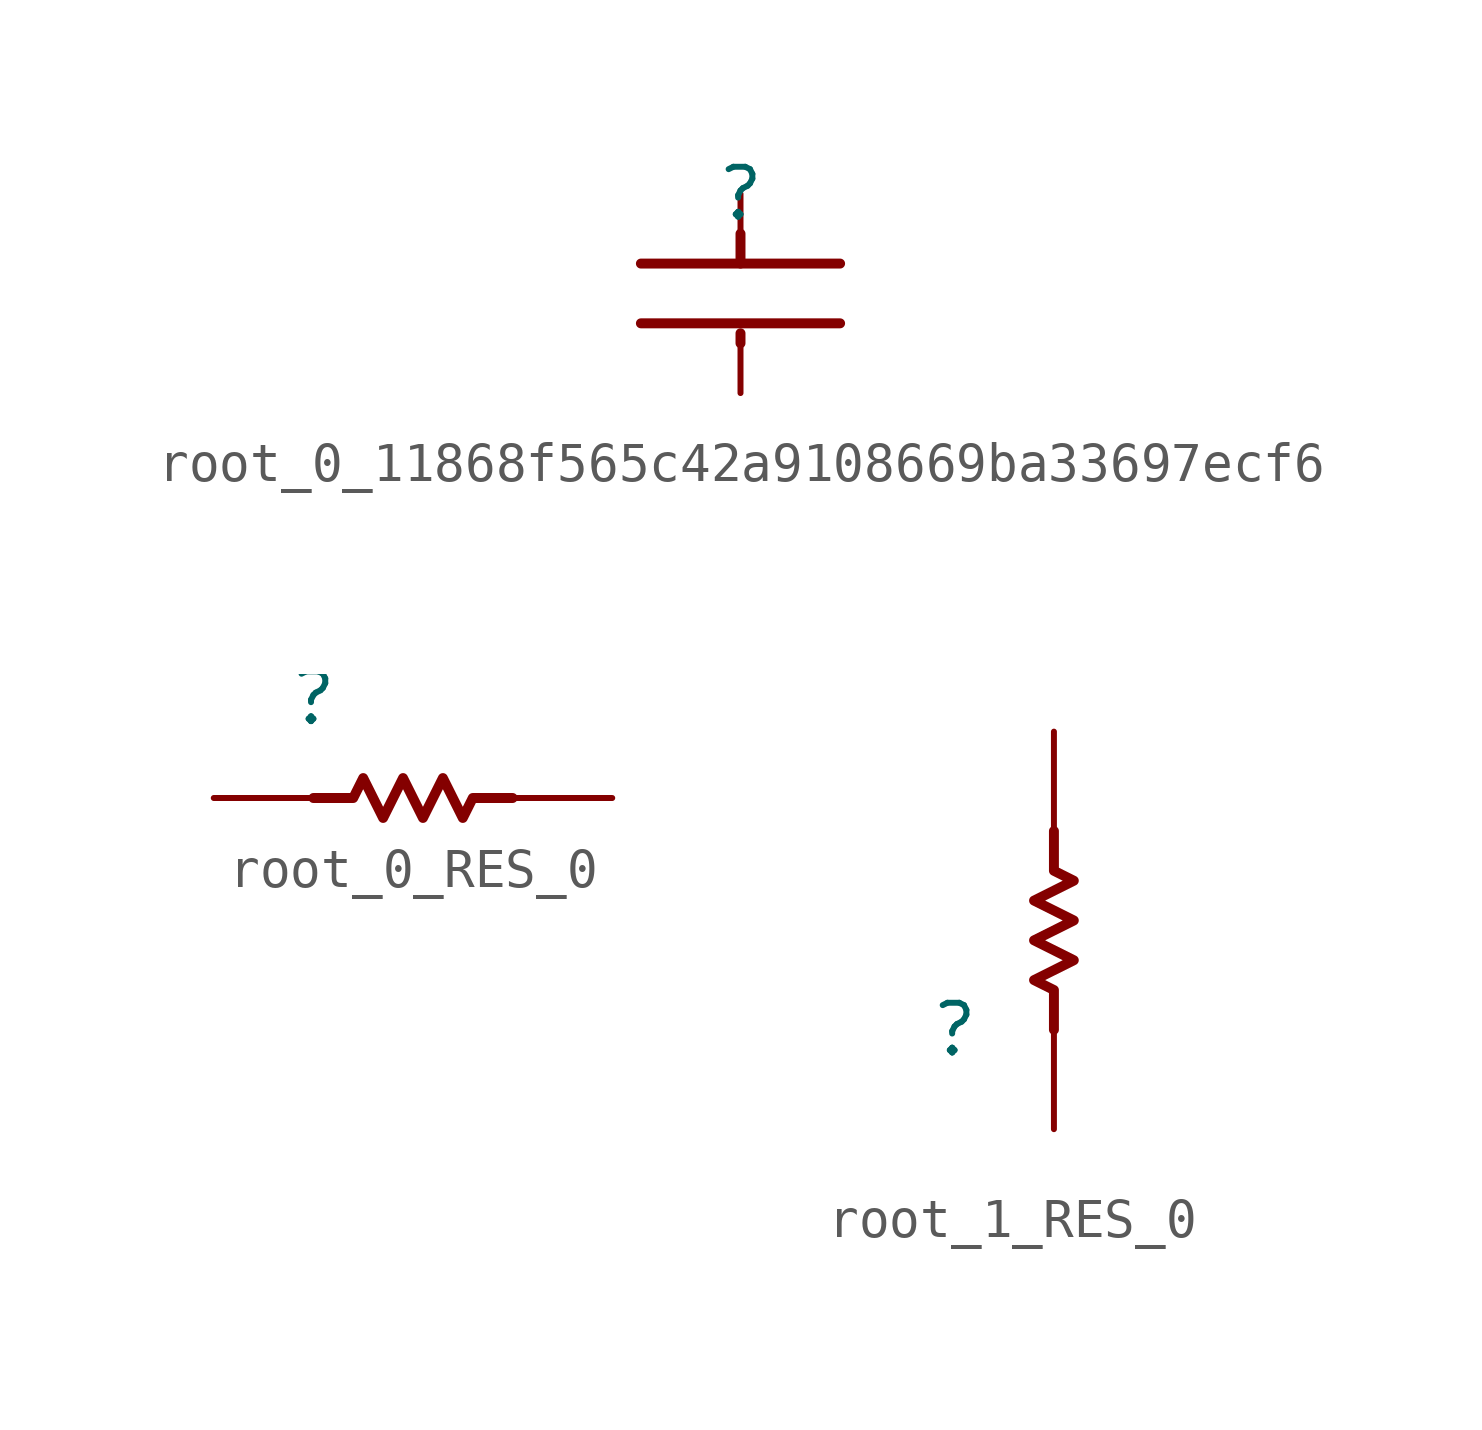
<source format=kicad_sym>
(kicad_symbol_lib
  (version 20231120)
  (generator "kicad_symbol_editor")
  (generator_version "8.0")
  (symbol "root_0_11868f565c42a9108669ba33697ecf6"
    (property "Reference" ""
      (at 0 0 0)
      (effects (font (size 1.27 1.27))))
    (property "Value" ""
      (at 0 0 0)
      (effects (font (size 1.27 1.27))))
    (symbol "root_0_11868f565c42a9108669ba33697ecf6_1_0"
      (polyline (pts (xy 0 -3.556) (xy 0 -3.81)) (stroke (width 0.254) (type solid)) (fill (type none)))
      (polyline (pts (xy 0 -1.778) (xy 0 -1.016)) (stroke (width 0.254) (type solid)) (fill (type none)))
      (polyline (pts (xy 2.54 -3.302) (xy -2.54 -3.302)) (stroke (width 0.254) (type solid)) (fill (type none)))
      (polyline (pts (xy 2.54 -1.778) (xy -2.54 -1.778)) (stroke (width 0.254) (type solid)) (fill (type none)))
      (pin passive line (at 0 0 270) (length 1.778) (name "1" (effects (font (size 0 0)))) (number "1" (effects (font (size 0 0)))))
      (pin passive line (at 0 -5.08 90) (length 1.524) (name "2" (effects (font (size 0 0)))) (number "2" (effects (font (size 0 0)))))))
  (symbol "root_0_RES_0"
    (property "Reference" ""
      (at 0 0 0)
      (effects (font (size 1.27 1.27))))
    (property "Value" ""
      (at 0 0 0)
      (effects (font (size 1.27 1.27))))
    (symbol "root_0_RES_0_1_0"
      (polyline (pts (xy 5.08 -2.54) (xy 4.064 -2.54) (xy 3.81 -3.048) (xy 3.302 -2.032) (xy 2.794 -3.048) (xy 2.286 -2.032) (xy 1.778 -3.048) (xy 1.27 -2.032) (xy 1.016 -2.54) (xy 0 -2.54)) (stroke (width 0.254) (type solid)) (fill (type none)))
      (pin passive line (at -2.54 -2.54 0) (length 2.54) (name "1" (effects (font (size 0 0)))) (number "1" (effects (font (size 0 0)))))
      (pin passive line (at 7.62 -2.54 180) (length 2.54) (name "2" (effects (font (size 0 0)))) (number "2" (effects (font (size 0 0)))))))
  (symbol "root_1_RES_0"
    (property "Reference" ""
      (at 0 0 0)
      (effects (font (size 1.27 1.27))))
    (property "Value" ""
      (at 0 0 0)
      (effects (font (size 1.27 1.27))))
    (symbol "root_1_RES_0_1_0"
      (polyline (pts (xy 2.54 5.08) (xy 2.54 4.064) (xy 3.048 3.81) (xy 2.032 3.302) (xy 3.048 2.794) (xy 2.032 2.286) (xy 3.048 1.778) (xy 2.032 1.27) (xy 2.54 1.016) (xy 2.54 0)) (stroke (width 0.254) (type solid)) (fill (type none)))
      (pin passive line (at 2.54 -2.54 90) (length 2.54) (name "1" (effects (font (size 0 0)))) (number "1" (effects (font (size 0 0)))))
      (pin passive line (at 2.54 7.62 270) (length 2.54) (name "2" (effects (font (size 0 0)))) (number "2" (effects (font (size 0 0))))))))
</source>
